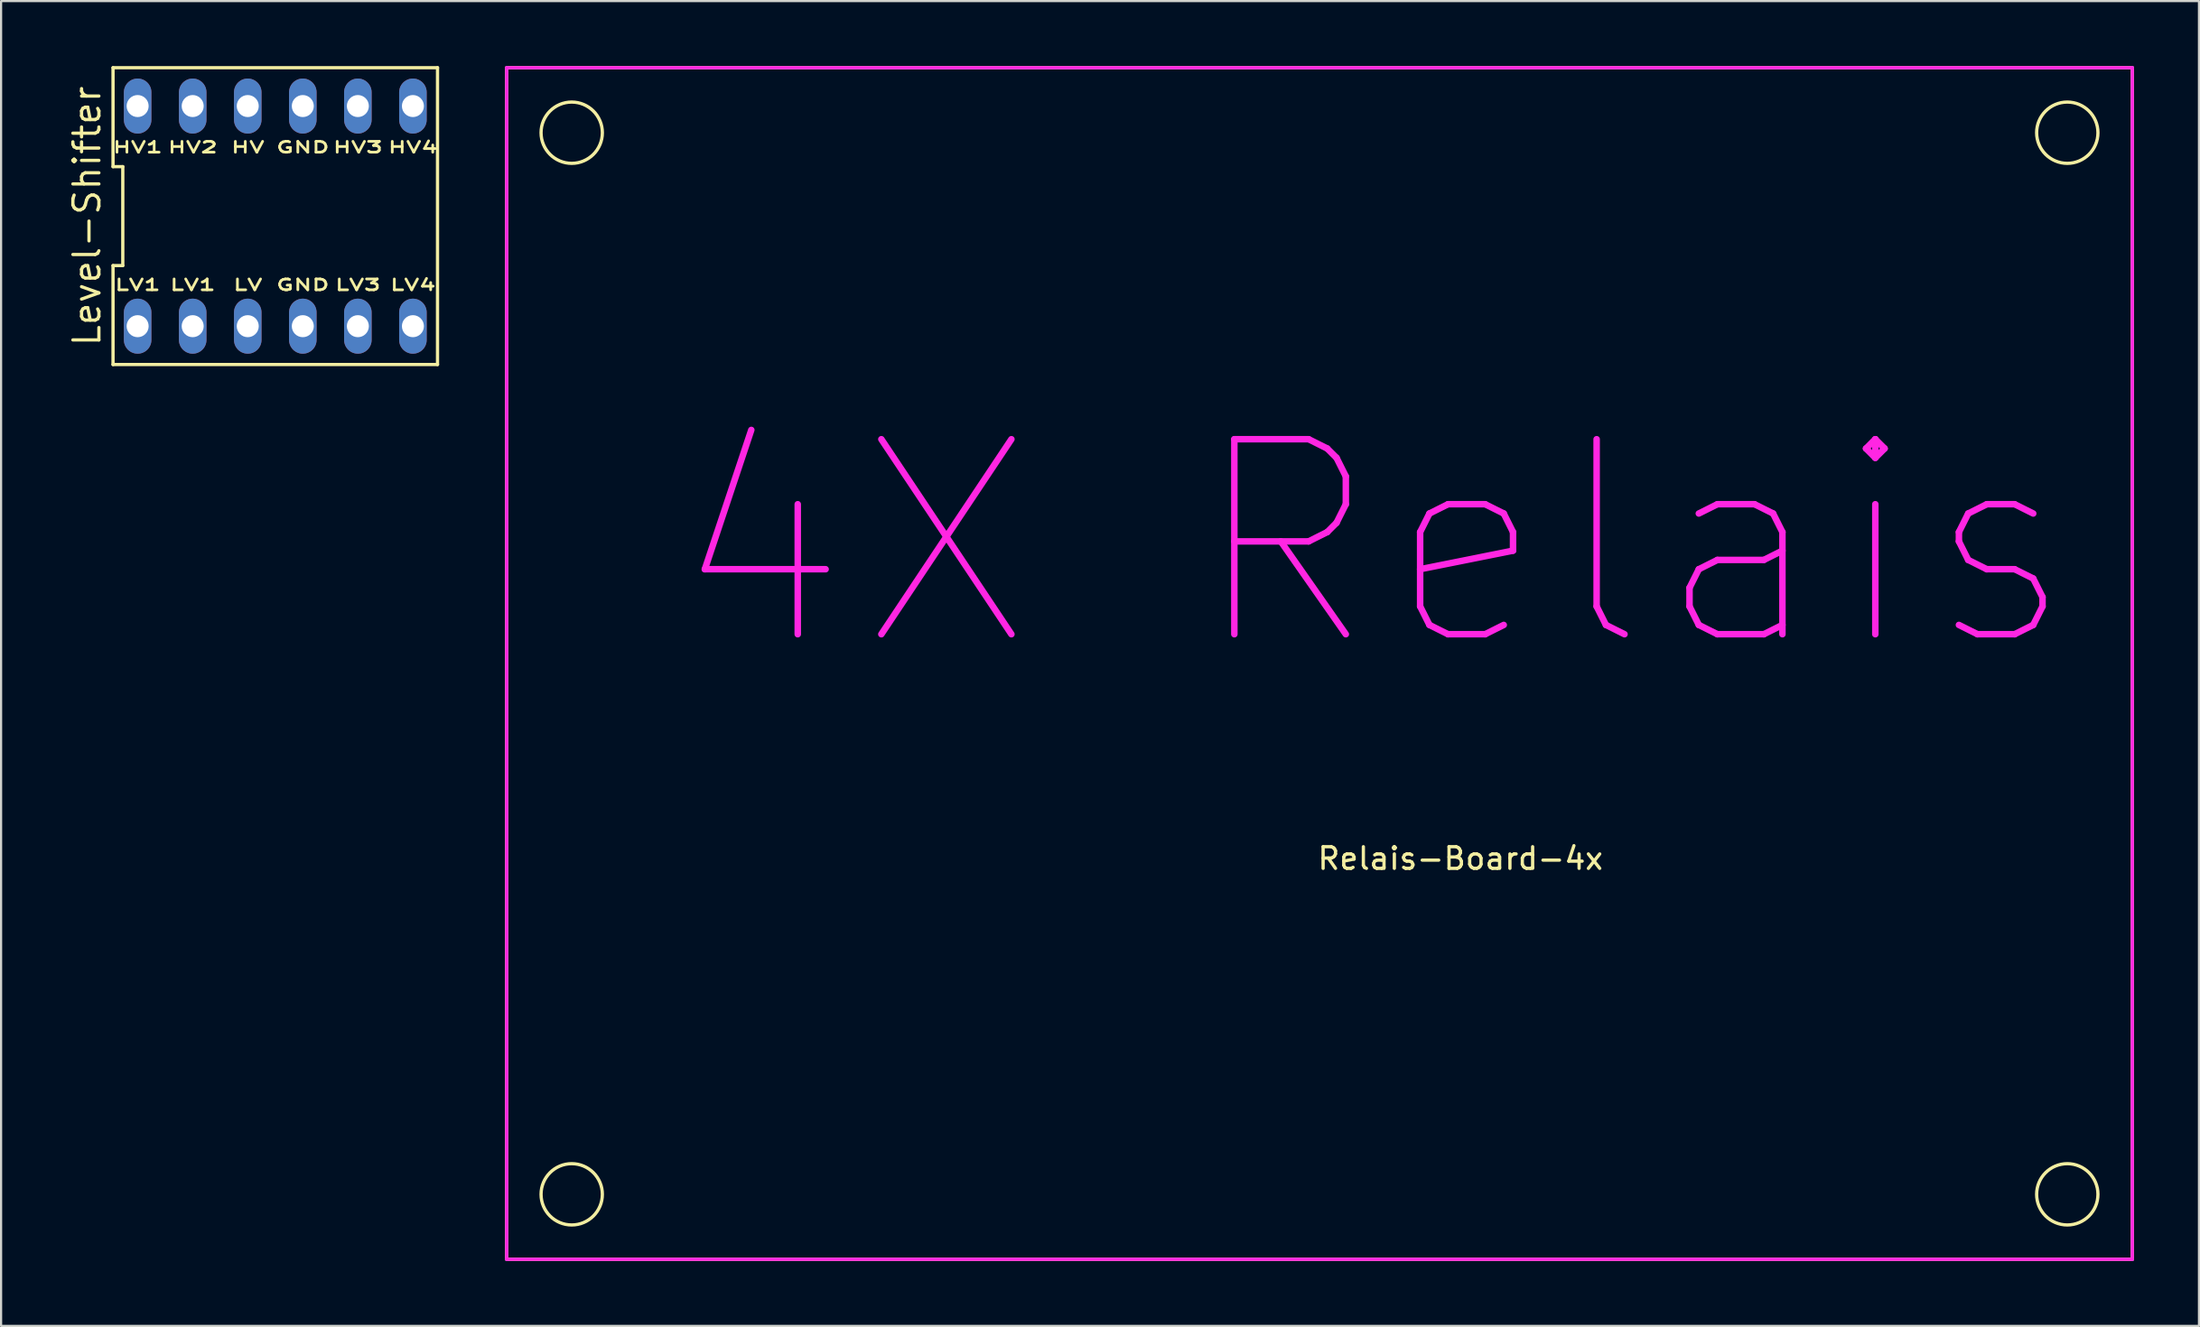
<source format=kicad_pcb>
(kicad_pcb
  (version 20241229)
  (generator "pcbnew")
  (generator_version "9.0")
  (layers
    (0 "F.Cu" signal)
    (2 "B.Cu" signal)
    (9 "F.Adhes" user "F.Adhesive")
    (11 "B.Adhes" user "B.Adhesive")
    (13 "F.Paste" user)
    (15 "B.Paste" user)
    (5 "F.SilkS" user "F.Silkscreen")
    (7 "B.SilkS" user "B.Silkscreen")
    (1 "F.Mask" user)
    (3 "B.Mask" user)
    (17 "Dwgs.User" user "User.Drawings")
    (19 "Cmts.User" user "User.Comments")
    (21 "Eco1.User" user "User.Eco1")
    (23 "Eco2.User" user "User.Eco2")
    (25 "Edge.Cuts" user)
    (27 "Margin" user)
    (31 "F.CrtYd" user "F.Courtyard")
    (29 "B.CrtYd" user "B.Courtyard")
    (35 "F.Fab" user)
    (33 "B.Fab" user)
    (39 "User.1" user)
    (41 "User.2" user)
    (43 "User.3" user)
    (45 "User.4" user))
  (footprint "Level-Shifter"
    (layer "F.Cu")
    (at 9.65 6.925)
    (property "Reference" "Level-Shifter" (at -8.685 0 90) (layer "F.SilkS") (effects (font (size 1.2 1.2) (thickness 0.15))))
    (attr through_hole)
    (fp_line (start -7.485 -6.85) (end -7.485 -2.283) (stroke (width 0.15) (type solid)) (layer "F.SilkS"))
    (fp_line (start -7.485 -2.283) (end -7.035 -2.283) (stroke (width 0.15) (type solid)) (layer "F.SilkS"))
    (fp_line (start -7.485 2.283) (end -7.485 6.85) (stroke (width 0.15) (type solid)) (layer "F.SilkS"))
    (fp_line (start -7.485 6.85) (end 7.485 6.85) (stroke (width 0.15) (type solid)) (layer "F.SilkS"))
    (fp_line (start -7.035 -2.283) (end -7.035 2.283) (stroke (width 0.15) (type solid)) (layer "F.SilkS"))
    (fp_line (start -7.035 2.283) (end -7.485 2.283) (stroke (width 0.15) (type solid)) (layer "F.SilkS"))
    (fp_line (start 7.485 -6.85) (end -7.485 -6.85) (stroke (width 0.15) (type solid)) (layer "F.SilkS"))
    (fp_line (start 7.485 6.85) (end 7.485 -6.85) (stroke (width 0.15) (type solid)) (layer "F.SilkS"))
    (fp_text user "LV4" (at 6.35 3.175 0) (layer "F.SilkS") (effects (font (size 0.5 0.8) (thickness 0.125))))
    (fp_text user "HV" (at -1.27 -3.175 0) (layer "F.SilkS") (effects (font (size 0.5 0.8) (thickness 0.125))))
    (fp_text user "HV3" (at 3.81 -3.175 0) (layer "F.SilkS") (effects (font (size 0.5 0.8) (thickness 0.125))))
    (fp_text user "LV3" (at 3.81 3.175 0) (layer "F.SilkS") (effects (font (size 0.5 0.8) (thickness 0.125))))
    (fp_text user "LV" (at -1.27 3.175 0) (layer "F.SilkS") (effects (font (size 0.5 0.8) (thickness 0.125))))
    (fp_text user "GND" (at 1.27 3.175 0) (layer "F.SilkS") (effects (font (size 0.5 0.8) (thickness 0.125))))
    (fp_text user "GND" (at 1.27 -3.175 0) (layer "F.SilkS") (effects (font (size 0.5 0.8) (thickness 0.125))))
    (fp_text user "LV1" (at -6.35 3.175 0) (layer "F.SilkS") (effects (font (size 0.5 0.8) (thickness 0.125))))
    (fp_text user "HV4" (at 6.35 -3.175 0) (layer "F.SilkS") (effects (font (size 0.5 0.8) (thickness 0.125))))
    (fp_text user "LV1" (at -3.81 3.175 0) (layer "F.SilkS") (effects (font (size 0.5 0.8) (thickness 0.125))))
    (fp_text user "HV1" (at -6.35 -3.175 0) (layer "F.SilkS") (effects (font (size 0.5 0.8) (thickness 0.125))))
    (fp_text user "HV2" (at -3.81 -3.175 0) (layer "F.SilkS") (effects (font (size 0.5 0.8) (thickness 0.125))))
    (pad "1" thru_hole oval (at -6.35 5.08) (size 1.27 2.54) (drill 1.016) (layers "*.Cu" "*.Mask"))
    (pad "2" thru_hole oval (at -3.81 5.08) (size 1.27 2.54) (drill 1.016) (layers "*.Cu" "*.Mask"))
    (pad "3" thru_hole oval (at -1.27 5.08) (size 1.27 2.54) (drill 1.016) (layers "*.Cu" "*.Mask"))
    (pad "4" thru_hole oval (at 1.27 5.08) (size 1.27 2.54) (drill 1.016) (layers "*.Cu" "*.Mask"))
    (pad "5" thru_hole oval (at 3.81 5.08) (size 1.27 2.54) (drill 1.016) (layers "*.Cu" "*.Mask"))
    (pad "6" thru_hole oval (at 6.35 5.08) (size 1.27 2.54) (drill 1.016) (layers "*.Cu" "*.Mask"))
    (pad "7" thru_hole oval (at 6.35 -5.08) (size 1.27 2.54) (drill 1.016) (layers "*.Cu" "*.Mask"))
    (pad "8" thru_hole oval (at 3.81 -5.08) (size 1.27 2.54) (drill 1.016) (layers "*.Cu" "*.Mask"))
    (pad "9" thru_hole oval (at 1.27 -5.08) (size 1.27 2.54) (drill 1.016) (layers "*.Cu" "*.Mask"))
    (pad "10" thru_hole oval (at -1.27 -5.08) (size 1.27 2.54) (drill 1.016) (layers "*.Cu" "*.Mask"))
    (pad "11" thru_hole oval (at -3.81 -5.08) (size 1.27 2.54) (drill 1.016) (layers "*.Cu" "*.Mask"))
    (pad "12" thru_hole oval (at -6.35 -5.08) (size 1.27 2.54) (drill 1.016) (layers "*.Cu" "*.Mask")))
  (footprint "Relais-Board-4x"
    (layer "F.Cu")
    (at 60.326 30.075)
    (property "Reference" "Relais-Board-4x" (at 4 6.5 0) (layer "F.SilkS") (effects (font (size 1 1) (thickness 0.15))))
    (attr through_hole)
    (fp_line (start -40 -30) (end 35 -30) (stroke (width 0.15) (type solid)) (layer "F.SilkS"))
    (fp_line (start -40 25) (end -40 -30) (stroke (width 0.15) (type solid)) (layer "F.SilkS"))
    (fp_line (start 35 -30) (end 35 25) (stroke (width 0.15) (type solid)) (layer "F.SilkS"))
    (fp_line (start 35 25) (end -40 25) (stroke (width 0.15) (type solid)) (layer "F.SilkS"))
    (fp_circle (center -37 -27) (end -38 -28) (stroke (width 0.15) (type solid)) (fill no) (layer "F.SilkS"))
    (fp_circle (center -37 22) (end -36 21) (stroke (width 0.15) (type solid)) (fill no) (layer "F.SilkS"))
    (fp_circle (center 32 -27) (end 33 -28) (stroke (width 0.15) (type solid)) (fill no) (layer "F.SilkS"))
    (fp_circle (center 32 22) (end 33 23) (stroke (width 0.15) (type solid)) (fill no) (layer "F.SilkS"))
    (fp_line (start -40 -30) (end 35 -30) (stroke (width 0.15) (type solid)) (layer "F.CrtYd"))
    (fp_line (start -40 25) (end -40 -30) (stroke (width 0.15) (type solid)) (layer "F.CrtYd"))
    (fp_line (start 35 -30) (end 35 25) (stroke (width 0.15) (type solid)) (layer "F.CrtYd"))
    (fp_line (start 35 25) (end -40 25) (stroke (width 0.15) (type solid)) (layer "F.CrtYd"))
    (fp_text user "4X Relais" (at 0 -8 0) (layer "F.CrtYd") (effects (font (size 9 9) (thickness 0.3)))))
  (gr_rect
    (start -3 -3)
    (end 98.401 58.15)
    (stroke (width 0.1) (type default))
    (fill no)
    (layer "Edge.Cuts")))
</source>
